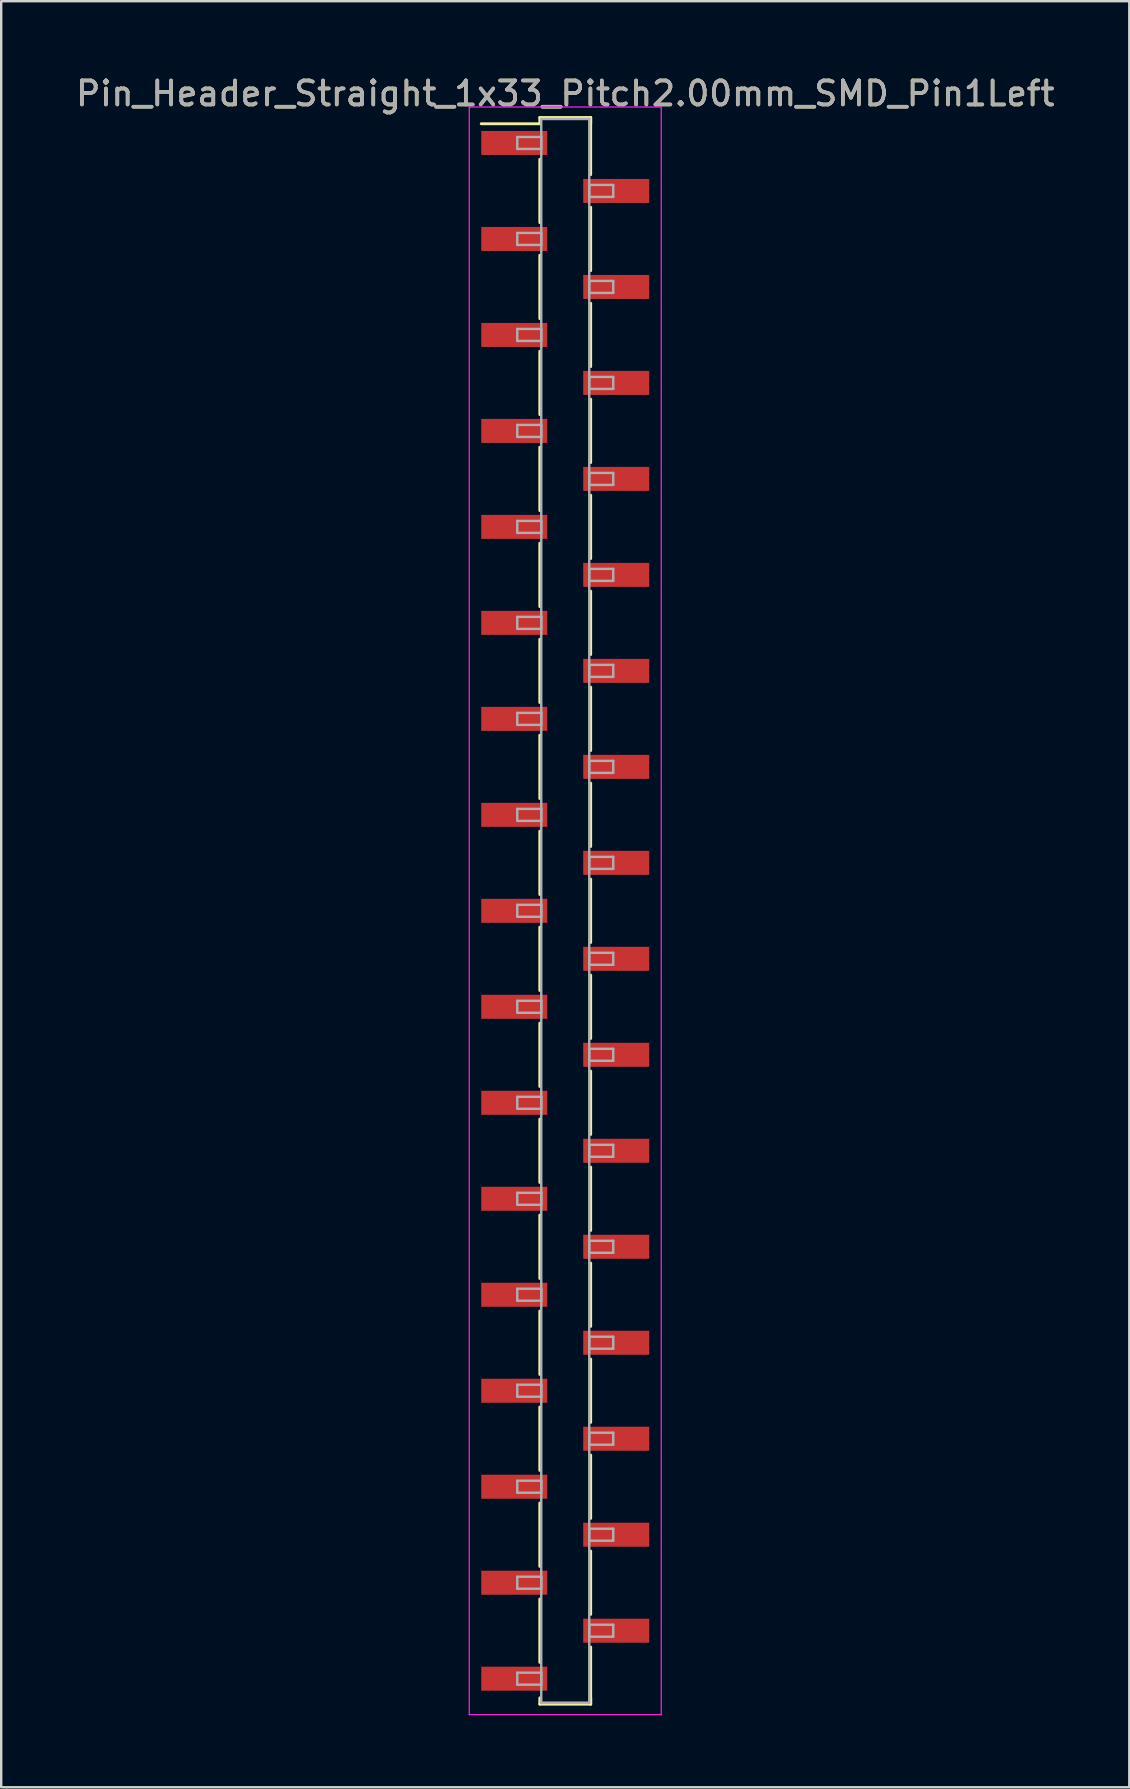
<source format=kicad_pcb>
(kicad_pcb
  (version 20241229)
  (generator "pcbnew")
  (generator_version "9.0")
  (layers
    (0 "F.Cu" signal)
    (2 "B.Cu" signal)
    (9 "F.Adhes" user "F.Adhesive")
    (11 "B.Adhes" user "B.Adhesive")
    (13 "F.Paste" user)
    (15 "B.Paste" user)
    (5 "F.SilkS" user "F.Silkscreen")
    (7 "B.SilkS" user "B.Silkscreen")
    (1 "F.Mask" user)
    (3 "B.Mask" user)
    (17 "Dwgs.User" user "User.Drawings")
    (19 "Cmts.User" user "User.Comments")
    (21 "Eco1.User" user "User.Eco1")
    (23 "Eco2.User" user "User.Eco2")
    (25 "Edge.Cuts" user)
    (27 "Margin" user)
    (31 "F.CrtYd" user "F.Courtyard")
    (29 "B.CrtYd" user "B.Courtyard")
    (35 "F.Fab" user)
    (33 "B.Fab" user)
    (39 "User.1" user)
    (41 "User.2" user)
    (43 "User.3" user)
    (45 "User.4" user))
  (footprint "Pin_Header_Straight_1x33_Pitch2.00mm_SMD_Pin1Left"
    (layer "F.Cu")
    (at 20.506 34.908)
    (property "Reference" "Pin_Header_Straight_1x33_Pitch2.00mm_SMD_Pin1Left" (at 0 -34.06 0) (layer "F.SilkS") (effects (font (size 1 1) (thickness 0.15))))
    (attr smd)
    (fp_line (start -1.06 -33.06) (end 1.06 -33.06) (stroke (width 0.12) (type solid)) (layer "F.SilkS"))
    (fp_line (start -1.06 -32.8) (end -3.5 -32.8) (stroke (width 0.12) (type solid)) (layer "F.SilkS"))
    (fp_line (start -1.06 -32.8) (end -1.06 -33.06) (stroke (width 0.12) (type solid)) (layer "F.SilkS"))
    (fp_line (start -1.06 -31.32) (end -1.06 -28.68) (stroke (width 0.12) (type solid)) (layer "F.SilkS"))
    (fp_line (start -1.06 -27.32) (end -1.06 -24.68) (stroke (width 0.12) (type solid)) (layer "F.SilkS"))
    (fp_line (start -1.06 -23.32) (end -1.06 -20.68) (stroke (width 0.12) (type solid)) (layer "F.SilkS"))
    (fp_line (start -1.06 -19.32) (end -1.06 -16.68) (stroke (width 0.12) (type solid)) (layer "F.SilkS"))
    (fp_line (start -1.06 -15.32) (end -1.06 -12.68) (stroke (width 0.12) (type solid)) (layer "F.SilkS"))
    (fp_line (start -1.06 -11.32) (end -1.06 -8.68) (stroke (width 0.12) (type solid)) (layer "F.SilkS"))
    (fp_line (start -1.06 -7.32) (end -1.06 -4.68) (stroke (width 0.12) (type solid)) (layer "F.SilkS"))
    (fp_line (start -1.06 -3.32) (end -1.06 -0.68) (stroke (width 0.12) (type solid)) (layer "F.SilkS"))
    (fp_line (start -1.06 0.68) (end -1.06 3.32) (stroke (width 0.12) (type solid)) (layer "F.SilkS"))
    (fp_line (start -1.06 4.68) (end -1.06 7.32) (stroke (width 0.12) (type solid)) (layer "F.SilkS"))
    (fp_line (start -1.06 8.68) (end -1.06 11.32) (stroke (width 0.12) (type solid)) (layer "F.SilkS"))
    (fp_line (start -1.06 12.68) (end -1.06 15.32) (stroke (width 0.12) (type solid)) (layer "F.SilkS"))
    (fp_line (start -1.06 16.68) (end -1.06 19.32) (stroke (width 0.12) (type solid)) (layer "F.SilkS"))
    (fp_line (start -1.06 20.68) (end -1.06 23.32) (stroke (width 0.12) (type solid)) (layer "F.SilkS"))
    (fp_line (start -1.06 24.68) (end -1.06 27.32) (stroke (width 0.12) (type solid)) (layer "F.SilkS"))
    (fp_line (start -1.06 28.68) (end -1.06 31.32) (stroke (width 0.12) (type solid)) (layer "F.SilkS"))
    (fp_line (start -1.06 32.8) (end -1.06 33.06) (stroke (width 0.12) (type solid)) (layer "F.SilkS"))
    (fp_line (start -1.06 33.06) (end 1.06 33.06) (stroke (width 0.12) (type solid)) (layer "F.SilkS"))
    (fp_line (start 1.06 -33.06) (end 1.06 -32.8) (stroke (width 0.12) (type solid)) (layer "F.SilkS"))
    (fp_line (start 1.06 -33.06) (end 1.06 -30.68) (stroke (width 0.12) (type solid)) (layer "F.SilkS"))
    (fp_line (start 1.06 -29.32) (end 1.06 -26.68) (stroke (width 0.12) (type solid)) (layer "F.SilkS"))
    (fp_line (start 1.06 -25.32) (end 1.06 -22.68) (stroke (width 0.12) (type solid)) (layer "F.SilkS"))
    (fp_line (start 1.06 -21.32) (end 1.06 -18.68) (stroke (width 0.12) (type solid)) (layer "F.SilkS"))
    (fp_line (start 1.06 -17.32) (end 1.06 -14.68) (stroke (width 0.12) (type solid)) (layer "F.SilkS"))
    (fp_line (start 1.06 -13.32) (end 1.06 -10.68) (stroke (width 0.12) (type solid)) (layer "F.SilkS"))
    (fp_line (start 1.06 -9.32) (end 1.06 -6.68) (stroke (width 0.12) (type solid)) (layer "F.SilkS"))
    (fp_line (start 1.06 -5.32) (end 1.06 -2.68) (stroke (width 0.12) (type solid)) (layer "F.SilkS"))
    (fp_line (start 1.06 -1.32) (end 1.06 1.32) (stroke (width 0.12) (type solid)) (layer "F.SilkS"))
    (fp_line (start 1.06 2.68) (end 1.06 5.32) (stroke (width 0.12) (type solid)) (layer "F.SilkS"))
    (fp_line (start 1.06 6.68) (end 1.06 9.32) (stroke (width 0.12) (type solid)) (layer "F.SilkS"))
    (fp_line (start 1.06 10.68) (end 1.06 13.32) (stroke (width 0.12) (type solid)) (layer "F.SilkS"))
    (fp_line (start 1.06 14.68) (end 1.06 17.32) (stroke (width 0.12) (type solid)) (layer "F.SilkS"))
    (fp_line (start 1.06 18.68) (end 1.06 21.32) (stroke (width 0.12) (type solid)) (layer "F.SilkS"))
    (fp_line (start 1.06 22.68) (end 1.06 25.32) (stroke (width 0.12) (type solid)) (layer "F.SilkS"))
    (fp_line (start 1.06 26.68) (end 1.06 29.32) (stroke (width 0.12) (type solid)) (layer "F.SilkS"))
    (fp_line (start 1.06 30.68) (end 1.06 33.06) (stroke (width 0.12) (type solid)) (layer "F.SilkS"))
    (fp_line (start 1.06 33.06) (end 1.06 32.8) (stroke (width 0.12) (type solid)) (layer "F.SilkS"))
    (fp_line (start -4 -33.5) (end -4 33.5) (stroke (width 0.05) (type solid)) (layer "F.CrtYd"))
    (fp_line (start -4 33.5) (end 4 33.5) (stroke (width 0.05) (type solid)) (layer "F.CrtYd"))
    (fp_line (start 4 -33.5) (end -4 -33.5) (stroke (width 0.05) (type solid)) (layer "F.CrtYd"))
    (fp_line (start 4 33.5) (end 4 -33.5) (stroke (width 0.05) (type solid)) (layer "F.CrtYd"))
    (fp_line (start -2 -32.25) (end -1 -32.25) (stroke (width 0.1) (type solid)) (layer "F.Fab"))
    (fp_line (start -2 -31.75) (end -2 -32.25) (stroke (width 0.1) (type solid)) (layer "F.Fab"))
    (fp_line (start -2 -28.25) (end -1 -28.25) (stroke (width 0.1) (type solid)) (layer "F.Fab"))
    (fp_line (start -2 -27.75) (end -2 -28.25) (stroke (width 0.1) (type solid)) (layer "F.Fab"))
    (fp_line (start -2 -24.25) (end -1 -24.25) (stroke (width 0.1) (type solid)) (layer "F.Fab"))
    (fp_line (start -2 -23.75) (end -2 -24.25) (stroke (width 0.1) (type solid)) (layer "F.Fab"))
    (fp_line (start -2 -20.25) (end -1 -20.25) (stroke (width 0.1) (type solid)) (layer "F.Fab"))
    (fp_line (start -2 -19.75) (end -2 -20.25) (stroke (width 0.1) (type solid)) (layer "F.Fab"))
    (fp_line (start -2 -16.25) (end -1 -16.25) (stroke (width 0.1) (type solid)) (layer "F.Fab"))
    (fp_line (start -2 -15.75) (end -2 -16.25) (stroke (width 0.1) (type solid)) (layer "F.Fab"))
    (fp_line (start -2 -12.25) (end -1 -12.25) (stroke (width 0.1) (type solid)) (layer "F.Fab"))
    (fp_line (start -2 -11.75) (end -2 -12.25) (stroke (width 0.1) (type solid)) (layer "F.Fab"))
    (fp_line (start -2 -8.25) (end -1 -8.25) (stroke (width 0.1) (type solid)) (layer "F.Fab"))
    (fp_line (start -2 -7.75) (end -2 -8.25) (stroke (width 0.1) (type solid)) (layer "F.Fab"))
    (fp_line (start -2 -4.25) (end -1 -4.25) (stroke (width 0.1) (type solid)) (layer "F.Fab"))
    (fp_line (start -2 -3.75) (end -2 -4.25) (stroke (width 0.1) (type solid)) (layer "F.Fab"))
    (fp_line (start -2 -0.25) (end -1 -0.25) (stroke (width 0.1) (type solid)) (layer "F.Fab"))
    (fp_line (start -2 0.25) (end -2 -0.25) (stroke (width 0.1) (type solid)) (layer "F.Fab"))
    (fp_line (start -2 3.75) (end -1 3.75) (stroke (width 0.1) (type solid)) (layer "F.Fab"))
    (fp_line (start -2 4.25) (end -2 3.75) (stroke (width 0.1) (type solid)) (layer "F.Fab"))
    (fp_line (start -2 7.75) (end -1 7.75) (stroke (width 0.1) (type solid)) (layer "F.Fab"))
    (fp_line (start -2 8.25) (end -2 7.75) (stroke (width 0.1) (type solid)) (layer "F.Fab"))
    (fp_line (start -2 11.75) (end -1 11.75) (stroke (width 0.1) (type solid)) (layer "F.Fab"))
    (fp_line (start -2 12.25) (end -2 11.75) (stroke (width 0.1) (type solid)) (layer "F.Fab"))
    (fp_line (start -2 15.75) (end -1 15.75) (stroke (width 0.1) (type solid)) (layer "F.Fab"))
    (fp_line (start -2 16.25) (end -2 15.75) (stroke (width 0.1) (type solid)) (layer "F.Fab"))
    (fp_line (start -2 19.75) (end -1 19.75) (stroke (width 0.1) (type solid)) (layer "F.Fab"))
    (fp_line (start -2 20.25) (end -2 19.75) (stroke (width 0.1) (type solid)) (layer "F.Fab"))
    (fp_line (start -2 23.75) (end -1 23.75) (stroke (width 0.1) (type solid)) (layer "F.Fab"))
    (fp_line (start -2 24.25) (end -2 23.75) (stroke (width 0.1) (type solid)) (layer "F.Fab"))
    (fp_line (start -2 27.75) (end -1 27.75) (stroke (width 0.1) (type solid)) (layer "F.Fab"))
    (fp_line (start -2 28.25) (end -2 27.75) (stroke (width 0.1) (type solid)) (layer "F.Fab"))
    (fp_line (start -2 31.75) (end -1 31.75) (stroke (width 0.1) (type solid)) (layer "F.Fab"))
    (fp_line (start -2 32.25) (end -2 31.75) (stroke (width 0.1) (type solid)) (layer "F.Fab"))
    (fp_line (start -1 -33) (end -1 33) (stroke (width 0.1) (type solid)) (layer "F.Fab"))
    (fp_line (start -1 -32.25) (end -1 -31.75) (stroke (width 0.1) (type solid)) (layer "F.Fab"))
    (fp_line (start -1 -31.75) (end -2 -31.75) (stroke (width 0.1) (type solid)) (layer "F.Fab"))
    (fp_line (start -1 -28.25) (end -1 -27.75) (stroke (width 0.1) (type solid)) (layer "F.Fab"))
    (fp_line (start -1 -27.75) (end -2 -27.75) (stroke (width 0.1) (type solid)) (layer "F.Fab"))
    (fp_line (start -1 -24.25) (end -1 -23.75) (stroke (width 0.1) (type solid)) (layer "F.Fab"))
    (fp_line (start -1 -23.75) (end -2 -23.75) (stroke (width 0.1) (type solid)) (layer "F.Fab"))
    (fp_line (start -1 -20.25) (end -1 -19.75) (stroke (width 0.1) (type solid)) (layer "F.Fab"))
    (fp_line (start -1 -19.75) (end -2 -19.75) (stroke (width 0.1) (type solid)) (layer "F.Fab"))
    (fp_line (start -1 -16.25) (end -1 -15.75) (stroke (width 0.1) (type solid)) (layer "F.Fab"))
    (fp_line (start -1 -15.75) (end -2 -15.75) (stroke (width 0.1) (type solid)) (layer "F.Fab"))
    (fp_line (start -1 -12.25) (end -1 -11.75) (stroke (width 0.1) (type solid)) (layer "F.Fab"))
    (fp_line (start -1 -11.75) (end -2 -11.75) (stroke (width 0.1) (type solid)) (layer "F.Fab"))
    (fp_line (start -1 -8.25) (end -1 -7.75) (stroke (width 0.1) (type solid)) (layer "F.Fab"))
    (fp_line (start -1 -7.75) (end -2 -7.75) (stroke (width 0.1) (type solid)) (layer "F.Fab"))
    (fp_line (start -1 -4.25) (end -1 -3.75) (stroke (width 0.1) (type solid)) (layer "F.Fab"))
    (fp_line (start -1 -3.75) (end -2 -3.75) (stroke (width 0.1) (type solid)) (layer "F.Fab"))
    (fp_line (start -1 -0.25) (end -1 0.25) (stroke (width 0.1) (type solid)) (layer "F.Fab"))
    (fp_line (start -1 0.25) (end -2 0.25) (stroke (width 0.1) (type solid)) (layer "F.Fab"))
    (fp_line (start -1 3.75) (end -1 4.25) (stroke (width 0.1) (type solid)) (layer "F.Fab"))
    (fp_line (start -1 4.25) (end -2 4.25) (stroke (width 0.1) (type solid)) (layer "F.Fab"))
    (fp_line (start -1 7.75) (end -1 8.25) (stroke (width 0.1) (type solid)) (layer "F.Fab"))
    (fp_line (start -1 8.25) (end -2 8.25) (stroke (width 0.1) (type solid)) (layer "F.Fab"))
    (fp_line (start -1 11.75) (end -1 12.25) (stroke (width 0.1) (type solid)) (layer "F.Fab"))
    (fp_line (start -1 12.25) (end -2 12.25) (stroke (width 0.1) (type solid)) (layer "F.Fab"))
    (fp_line (start -1 15.75) (end -1 16.25) (stroke (width 0.1) (type solid)) (layer "F.Fab"))
    (fp_line (start -1 16.25) (end -2 16.25) (stroke (width 0.1) (type solid)) (layer "F.Fab"))
    (fp_line (start -1 19.75) (end -1 20.25) (stroke (width 0.1) (type solid)) (layer "F.Fab"))
    (fp_line (start -1 20.25) (end -2 20.25) (stroke (width 0.1) (type solid)) (layer "F.Fab"))
    (fp_line (start -1 23.75) (end -1 24.25) (stroke (width 0.1) (type solid)) (layer "F.Fab"))
    (fp_line (start -1 24.25) (end -2 24.25) (stroke (width 0.1) (type solid)) (layer "F.Fab"))
    (fp_line (start -1 27.75) (end -1 28.25) (stroke (width 0.1) (type solid)) (layer "F.Fab"))
    (fp_line (start -1 28.25) (end -2 28.25) (stroke (width 0.1) (type solid)) (layer "F.Fab"))
    (fp_line (start -1 31.75) (end -1 32.25) (stroke (width 0.1) (type solid)) (layer "F.Fab"))
    (fp_line (start -1 32.25) (end -2 32.25) (stroke (width 0.1) (type solid)) (layer "F.Fab"))
    (fp_line (start -1 33) (end 1 33) (stroke (width 0.1) (type solid)) (layer "F.Fab"))
    (fp_line (start 1 -33) (end -1 -33) (stroke (width 0.1) (type solid)) (layer "F.Fab"))
    (fp_line (start 1 -30.25) (end 1 -29.75) (stroke (width 0.1) (type solid)) (layer "F.Fab"))
    (fp_line (start 1 -29.75) (end 2 -29.75) (stroke (width 0.1) (type solid)) (layer "F.Fab"))
    (fp_line (start 1 -26.25) (end 1 -25.75) (stroke (width 0.1) (type solid)) (layer "F.Fab"))
    (fp_line (start 1 -25.75) (end 2 -25.75) (stroke (width 0.1) (type solid)) (layer "F.Fab"))
    (fp_line (start 1 -22.25) (end 1 -21.75) (stroke (width 0.1) (type solid)) (layer "F.Fab"))
    (fp_line (start 1 -21.75) (end 2 -21.75) (stroke (width 0.1) (type solid)) (layer "F.Fab"))
    (fp_line (start 1 -18.25) (end 1 -17.75) (stroke (width 0.1) (type solid)) (layer "F.Fab"))
    (fp_line (start 1 -17.75) (end 2 -17.75) (stroke (width 0.1) (type solid)) (layer "F.Fab"))
    (fp_line (start 1 -14.25) (end 1 -13.75) (stroke (width 0.1) (type solid)) (layer "F.Fab"))
    (fp_line (start 1 -13.75) (end 2 -13.75) (stroke (width 0.1) (type solid)) (layer "F.Fab"))
    (fp_line (start 1 -10.25) (end 1 -9.75) (stroke (width 0.1) (type solid)) (layer "F.Fab"))
    (fp_line (start 1 -9.75) (end 2 -9.75) (stroke (width 0.1) (type solid)) (layer "F.Fab"))
    (fp_line (start 1 -6.25) (end 1 -5.75) (stroke (width 0.1) (type solid)) (layer "F.Fab"))
    (fp_line (start 1 -5.75) (end 2 -5.75) (stroke (width 0.1) (type solid)) (layer "F.Fab"))
    (fp_line (start 1 -2.25) (end 1 -1.75) (stroke (width 0.1) (type solid)) (layer "F.Fab"))
    (fp_line (start 1 -1.75) (end 2 -1.75) (stroke (width 0.1) (type solid)) (layer "F.Fab"))
    (fp_line (start 1 1.75) (end 1 2.25) (stroke (width 0.1) (type solid)) (layer "F.Fab"))
    (fp_line (start 1 2.25) (end 2 2.25) (stroke (width 0.1) (type solid)) (layer "F.Fab"))
    (fp_line (start 1 5.75) (end 1 6.25) (stroke (width 0.1) (type solid)) (layer "F.Fab"))
    (fp_line (start 1 6.25) (end 2 6.25) (stroke (width 0.1) (type solid)) (layer "F.Fab"))
    (fp_line (start 1 9.75) (end 1 10.25) (stroke (width 0.1) (type solid)) (layer "F.Fab"))
    (fp_line (start 1 10.25) (end 2 10.25) (stroke (width 0.1) (type solid)) (layer "F.Fab"))
    (fp_line (start 1 13.75) (end 1 14.25) (stroke (width 0.1) (type solid)) (layer "F.Fab"))
    (fp_line (start 1 14.25) (end 2 14.25) (stroke (width 0.1) (type solid)) (layer "F.Fab"))
    (fp_line (start 1 17.75) (end 1 18.25) (stroke (width 0.1) (type solid)) (layer "F.Fab"))
    (fp_line (start 1 18.25) (end 2 18.25) (stroke (width 0.1) (type solid)) (layer "F.Fab"))
    (fp_line (start 1 21.75) (end 1 22.25) (stroke (width 0.1) (type solid)) (layer "F.Fab"))
    (fp_line (start 1 22.25) (end 2 22.25) (stroke (width 0.1) (type solid)) (layer "F.Fab"))
    (fp_line (start 1 25.75) (end 1 26.25) (stroke (width 0.1) (type solid)) (layer "F.Fab"))
    (fp_line (start 1 26.25) (end 2 26.25) (stroke (width 0.1) (type solid)) (layer "F.Fab"))
    (fp_line (start 1 29.75) (end 1 30.25) (stroke (width 0.1) (type solid)) (layer "F.Fab"))
    (fp_line (start 1 30.25) (end 2 30.25) (stroke (width 0.1) (type solid)) (layer "F.Fab"))
    (fp_line (start 1 33) (end 1 -33) (stroke (width 0.1) (type solid)) (layer "F.Fab"))
    (fp_line (start 2 -30.25) (end 1 -30.25) (stroke (width 0.1) (type solid)) (layer "F.Fab"))
    (fp_line (start 2 -29.75) (end 2 -30.25) (stroke (width 0.1) (type solid)) (layer "F.Fab"))
    (fp_line (start 2 -26.25) (end 1 -26.25) (stroke (width 0.1) (type solid)) (layer "F.Fab"))
    (fp_line (start 2 -25.75) (end 2 -26.25) (stroke (width 0.1) (type solid)) (layer "F.Fab"))
    (fp_line (start 2 -22.25) (end 1 -22.25) (stroke (width 0.1) (type solid)) (layer "F.Fab"))
    (fp_line (start 2 -21.75) (end 2 -22.25) (stroke (width 0.1) (type solid)) (layer "F.Fab"))
    (fp_line (start 2 -18.25) (end 1 -18.25) (stroke (width 0.1) (type solid)) (layer "F.Fab"))
    (fp_line (start 2 -17.75) (end 2 -18.25) (stroke (width 0.1) (type solid)) (layer "F.Fab"))
    (fp_line (start 2 -14.25) (end 1 -14.25) (stroke (width 0.1) (type solid)) (layer "F.Fab"))
    (fp_line (start 2 -13.75) (end 2 -14.25) (stroke (width 0.1) (type solid)) (layer "F.Fab"))
    (fp_line (start 2 -10.25) (end 1 -10.25) (stroke (width 0.1) (type solid)) (layer "F.Fab"))
    (fp_line (start 2 -9.75) (end 2 -10.25) (stroke (width 0.1) (type solid)) (layer "F.Fab"))
    (fp_line (start 2 -6.25) (end 1 -6.25) (stroke (width 0.1) (type solid)) (layer "F.Fab"))
    (fp_line (start 2 -5.75) (end 2 -6.25) (stroke (width 0.1) (type solid)) (layer "F.Fab"))
    (fp_line (start 2 -2.25) (end 1 -2.25) (stroke (width 0.1) (type solid)) (layer "F.Fab"))
    (fp_line (start 2 -1.75) (end 2 -2.25) (stroke (width 0.1) (type solid)) (layer "F.Fab"))
    (fp_line (start 2 1.75) (end 1 1.75) (stroke (width 0.1) (type solid)) (layer "F.Fab"))
    (fp_line (start 2 2.25) (end 2 1.75) (stroke (width 0.1) (type solid)) (layer "F.Fab"))
    (fp_line (start 2 5.75) (end 1 5.75) (stroke (width 0.1) (type solid)) (layer "F.Fab"))
    (fp_line (start 2 6.25) (end 2 5.75) (stroke (width 0.1) (type solid)) (layer "F.Fab"))
    (fp_line (start 2 9.75) (end 1 9.75) (stroke (width 0.1) (type solid)) (layer "F.Fab"))
    (fp_line (start 2 10.25) (end 2 9.75) (stroke (width 0.1) (type solid)) (layer "F.Fab"))
    (fp_line (start 2 13.75) (end 1 13.75) (stroke (width 0.1) (type solid)) (layer "F.Fab"))
    (fp_line (start 2 14.25) (end 2 13.75) (stroke (width 0.1) (type solid)) (layer "F.Fab"))
    (fp_line (start 2 17.75) (end 1 17.75) (stroke (width 0.1) (type solid)) (layer "F.Fab"))
    (fp_line (start 2 18.25) (end 2 17.75) (stroke (width 0.1) (type solid)) (layer "F.Fab"))
    (fp_line (start 2 21.75) (end 1 21.75) (stroke (width 0.1) (type solid)) (layer "F.Fab"))
    (fp_line (start 2 22.25) (end 2 21.75) (stroke (width 0.1) (type solid)) (layer "F.Fab"))
    (fp_line (start 2 25.75) (end 1 25.75) (stroke (width 0.1) (type solid)) (layer "F.Fab"))
    (fp_line (start 2 26.25) (end 2 25.75) (stroke (width 0.1) (type solid)) (layer "F.Fab"))
    (fp_line (start 2 29.75) (end 1 29.75) (stroke (width 0.1) (type solid)) (layer "F.Fab"))
    (fp_line (start 2 30.25) (end 2 29.75) (stroke (width 0.1) (type solid)) (layer "F.Fab"))
    (fp_text user "${REFERENCE}" (at 0 -34.06 0) (layer "F.Fab") (effects (font (size 1 1) (thickness 0.15))))
    (pad "1" smd rect (at -2.125 -32) (size 2.75 1) (layers "F.Cu" "F.Mask" "F.Paste"))
    (pad "2" smd rect (at 2.125 -30) (size 2.75 1) (layers "F.Cu" "F.Mask" "F.Paste"))
    (pad "3" smd rect (at -2.125 -28) (size 2.75 1) (layers "F.Cu" "F.Mask" "F.Paste"))
    (pad "4" smd rect (at 2.125 -26) (size 2.75 1) (layers "F.Cu" "F.Mask" "F.Paste"))
    (pad "5" smd rect (at -2.125 -24) (size 2.75 1) (layers "F.Cu" "F.Mask" "F.Paste"))
    (pad "6" smd rect (at 2.125 -22) (size 2.75 1) (layers "F.Cu" "F.Mask" "F.Paste"))
    (pad "7" smd rect (at -2.125 -20) (size 2.75 1) (layers "F.Cu" "F.Mask" "F.Paste"))
    (pad "8" smd rect (at 2.125 -18) (size 2.75 1) (layers "F.Cu" "F.Mask" "F.Paste"))
    (pad "9" smd rect (at -2.125 -16) (size 2.75 1) (layers "F.Cu" "F.Mask" "F.Paste"))
    (pad "10" smd rect (at 2.125 -14) (size 2.75 1) (layers "F.Cu" "F.Mask" "F.Paste"))
    (pad "11" smd rect (at -2.125 -12) (size 2.75 1) (layers "F.Cu" "F.Mask" "F.Paste"))
    (pad "12" smd rect (at 2.125 -10) (size 2.75 1) (layers "F.Cu" "F.Mask" "F.Paste"))
    (pad "13" smd rect (at -2.125 -8) (size 2.75 1) (layers "F.Cu" "F.Mask" "F.Paste"))
    (pad "14" smd rect (at 2.125 -6) (size 2.75 1) (layers "F.Cu" "F.Mask" "F.Paste"))
    (pad "15" smd rect (at -2.125 -4) (size 2.75 1) (layers "F.Cu" "F.Mask" "F.Paste"))
    (pad "16" smd rect (at 2.125 -2) (size 2.75 1) (layers "F.Cu" "F.Mask" "F.Paste"))
    (pad "17" smd rect (at -2.125 0) (size 2.75 1) (layers "F.Cu" "F.Mask" "F.Paste"))
    (pad "18" smd rect (at 2.125 2) (size 2.75 1) (layers "F.Cu" "F.Mask" "F.Paste"))
    (pad "19" smd rect (at -2.125 4) (size 2.75 1) (layers "F.Cu" "F.Mask" "F.Paste"))
    (pad "20" smd rect (at 2.125 6) (size 2.75 1) (layers "F.Cu" "F.Mask" "F.Paste"))
    (pad "21" smd rect (at -2.125 8) (size 2.75 1) (layers "F.Cu" "F.Mask" "F.Paste"))
    (pad "22" smd rect (at 2.125 10) (size 2.75 1) (layers "F.Cu" "F.Mask" "F.Paste"))
    (pad "23" smd rect (at -2.125 12) (size 2.75 1) (layers "F.Cu" "F.Mask" "F.Paste"))
    (pad "24" smd rect (at 2.125 14) (size 2.75 1) (layers "F.Cu" "F.Mask" "F.Paste"))
    (pad "25" smd rect (at -2.125 16) (size 2.75 1) (layers "F.Cu" "F.Mask" "F.Paste"))
    (pad "26" smd rect (at 2.125 18) (size 2.75 1) (layers "F.Cu" "F.Mask" "F.Paste"))
    (pad "27" smd rect (at -2.125 20) (size 2.75 1) (layers "F.Cu" "F.Mask" "F.Paste"))
    (pad "28" smd rect (at 2.125 22) (size 2.75 1) (layers "F.Cu" "F.Mask" "F.Paste"))
    (pad "29" smd rect (at -2.125 24) (size 2.75 1) (layers "F.Cu" "F.Mask" "F.Paste"))
    (pad "30" smd rect (at 2.125 26) (size 2.75 1) (layers "F.Cu" "F.Mask" "F.Paste"))
    (pad "31" smd rect (at -2.125 28) (size 2.75 1) (layers "F.Cu" "F.Mask" "F.Paste"))
    (pad "32" smd rect (at 2.125 30) (size 2.75 1) (layers "F.Cu" "F.Mask" "F.Paste"))
    (pad "33" smd rect (at -2.125 32) (size 2.75 1) (layers "F.Cu" "F.Mask" "F.Paste")))
  (gr_rect
    (start -3 -3)
    (end 44.012 71.433)
    (stroke (width 0.1) (type default))
    (fill no)
    (layer "Edge.Cuts")))
</source>
